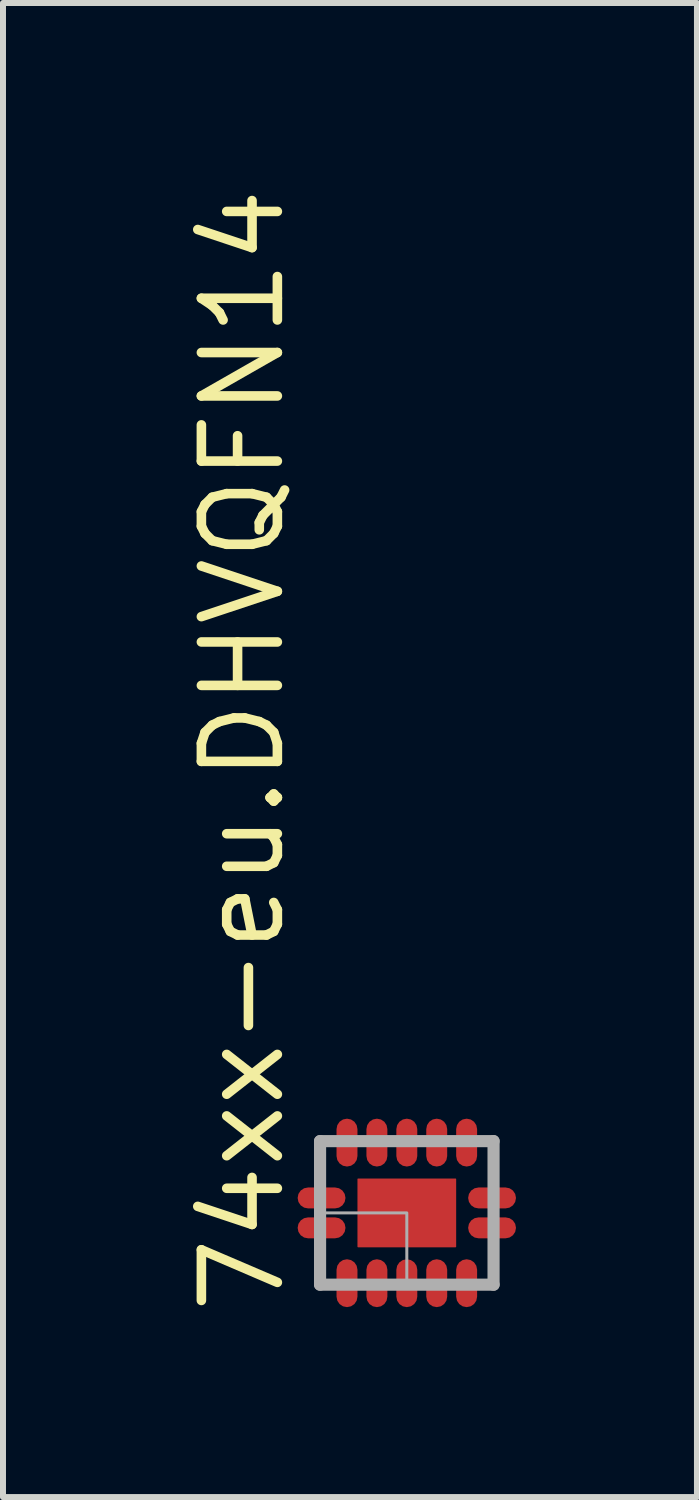
<source format=kicad_pcb>
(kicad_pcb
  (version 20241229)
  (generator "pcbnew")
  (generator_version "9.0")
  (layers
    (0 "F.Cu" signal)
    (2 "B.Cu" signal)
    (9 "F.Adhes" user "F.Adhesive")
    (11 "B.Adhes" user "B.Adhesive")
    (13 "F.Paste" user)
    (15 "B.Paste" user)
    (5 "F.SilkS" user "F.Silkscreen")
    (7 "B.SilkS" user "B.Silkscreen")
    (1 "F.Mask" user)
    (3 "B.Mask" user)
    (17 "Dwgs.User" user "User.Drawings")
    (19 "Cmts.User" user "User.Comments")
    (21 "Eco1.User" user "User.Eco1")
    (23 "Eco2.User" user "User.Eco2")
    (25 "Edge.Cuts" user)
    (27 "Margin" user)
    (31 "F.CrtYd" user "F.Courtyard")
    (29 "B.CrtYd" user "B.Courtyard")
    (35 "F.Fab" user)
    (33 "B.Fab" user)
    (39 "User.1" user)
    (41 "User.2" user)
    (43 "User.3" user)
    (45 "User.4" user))
  (footprint "74xx-eu.DHVQFN14"
    (layer "F.Cu")
    (at 3.75 17.224)
    (property "Reference" "74xx-eu.DHVQFN14" (at -2 1.75 90) (layer "F.SilkS") (effects (font (size 1.27 1.27) (thickness 0.16)) (justify left bottom)))
    (attr smd)
    (fp_line (start -1.2 -0.25) (end -1.65 -0.25) (stroke (width 0.4) (type default)) (layer "F.Mask"))
    (fp_line (start -1.2 0.25) (end -1.65 0.25) (stroke (width 0.4) (type default)) (layer "F.Mask"))
    (fp_line (start -1 -0.95) (end -1 -1.4) (stroke (width 0.4) (type default)) (layer "F.Mask"))
    (fp_line (start -1 0.95) (end -1 1.4) (stroke (width 0.4) (type default)) (layer "F.Mask"))
    (fp_line (start -0.5 -0.95) (end -0.5 -1.4) (stroke (width 0.4) (type default)) (layer "F.Mask"))
    (fp_line (start -0.5 0.95) (end -0.5 1.4) (stroke (width 0.4) (type default)) (layer "F.Mask"))
    (fp_line (start 0 -0.95) (end 0 -1.4) (stroke (width 0.4) (type default)) (layer "F.Mask"))
    (fp_line (start 0 0.95) (end 0 1.4) (stroke (width 0.4) (type default)) (layer "F.Mask"))
    (fp_line (start 0.5 -0.95) (end 0.5 -1.4) (stroke (width 0.4) (type default)) (layer "F.Mask"))
    (fp_line (start 0.5 0.95) (end 0.5 1.4) (stroke (width 0.4) (type default)) (layer "F.Mask"))
    (fp_line (start 1 -0.95) (end 1 -1.4) (stroke (width 0.4) (type default)) (layer "F.Mask"))
    (fp_line (start 1 0.95) (end 1 1.4) (stroke (width 0.4) (type default)) (layer "F.Mask"))
    (fp_line (start 1.2 -0.25) (end 1.65 -0.25) (stroke (width 0.4) (type default)) (layer "F.Mask"))
    (fp_line (start 1.2 0.25) (end 1.65 0.25) (stroke (width 0.4) (type default)) (layer "F.Mask"))
    (fp_rect (start -0.875 0.625) (end 0.875 -0.625) (stroke (width 0.05) (type default)) (fill yes) (layer "F.Mask"))
    (fp_line (start -1.45 -1.2) (end 1.45 -1.2) (stroke (width 0.203) (type default)) (layer "F.Fab"))
    (fp_line (start -1.45 1.2) (end -1.45 -1.2) (stroke (width 0.203) (type default)) (layer "F.Fab"))
    (fp_line (start 1.45 -1.2) (end 1.45 1.2) (stroke (width 0.203) (type default)) (layer "F.Fab"))
    (fp_line (start 1.45 1.2) (end -1.45 1.2) (stroke (width 0.203) (type default)) (layer "F.Fab"))
    (fp_rect (start -1.4 1.15) (end 0 0) (stroke (width 0.05) (type default)) (fill no) (layer "F.Fab"))
    (pad "1" smd roundrect (at -1.425 0.25 270) (size 0.35 0.8) (layers "F.Cu" "F.Mask" "F.Paste") (roundrect_rratio 0.5))
    (pad "2" smd roundrect (at -1 1.175) (size 0.35 0.8) (layers "F.Cu" "F.Mask" "F.Paste") (roundrect_rratio 0.5))
    (pad "3" smd roundrect (at -0.5 1.175) (size 0.35 0.8) (layers "F.Cu" "F.Mask" "F.Paste") (roundrect_rratio 0.5))
    (pad "4" smd roundrect (at 0 1.175) (size 0.35 0.8) (layers "F.Cu" "F.Mask" "F.Paste") (roundrect_rratio 0.5))
    (pad "5" smd roundrect (at 0.5 1.175) (size 0.35 0.8) (layers "F.Cu" "F.Mask" "F.Paste") (roundrect_rratio 0.5))
    (pad "6" smd roundrect (at 1 1.175) (size 0.35 0.8) (layers "F.Cu" "F.Mask" "F.Paste") (roundrect_rratio 0.5))
    (pad "7" smd roundrect (at 1.425 0.25 90) (size 0.35 0.8) (layers "F.Cu" "F.Mask" "F.Paste") (roundrect_rratio 0.5))
    (pad "8" smd roundrect (at 1.425 -0.25 90) (size 0.35 0.8) (layers "F.Cu" "F.Mask" "F.Paste") (roundrect_rratio 0.5))
    (pad "9" smd roundrect (at 1 -1.175 180) (size 0.35 0.8) (layers "F.Cu" "F.Mask" "F.Paste") (roundrect_rratio 0.5))
    (pad "10" smd roundrect (at 0.5 -1.175 180) (size 0.35 0.8) (layers "F.Cu" "F.Mask" "F.Paste") (roundrect_rratio 0.5))
    (pad "11" smd roundrect (at 0 -1.175 180) (size 0.35 0.8) (layers "F.Cu" "F.Mask" "F.Paste") (roundrect_rratio 0.5))
    (pad "12" smd roundrect (at -0.5 -1.175 180) (size 0.35 0.8) (layers "F.Cu" "F.Mask" "F.Paste") (roundrect_rratio 0.5))
    (pad "13" smd roundrect (at -1 -1.175 180) (size 0.35 0.8) (layers "F.Cu" "F.Mask" "F.Paste") (roundrect_rratio 0.5))
    (pad "14" smd roundrect (at -1.425 -0.25 270) (size 0.35 0.8) (layers "F.Cu" "F.Mask" "F.Paste") (roundrect_rratio 0.5))
    (pad "EXP" smd roundrect (at 0 0) (size 1.65 1.15) (layers "F.Cu" "F.Mask" "F.Paste") (roundrect_rratio 0.01)))
  (gr_rect
    (start -3 -3)
    (end 8.6 21.974)
    (stroke (width 0.1) (type default))
    (fill no)
    (layer "Edge.Cuts")))
</source>
